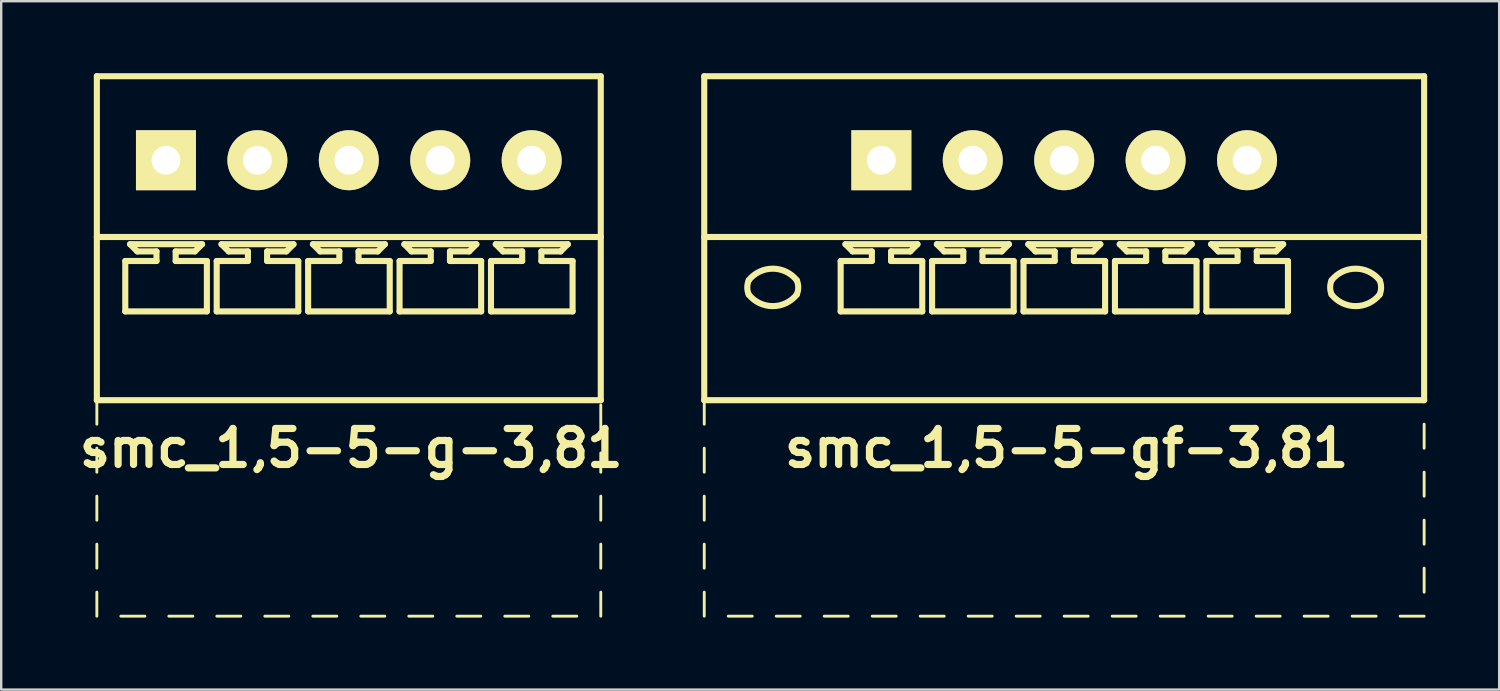
<source format=kicad_pcb>
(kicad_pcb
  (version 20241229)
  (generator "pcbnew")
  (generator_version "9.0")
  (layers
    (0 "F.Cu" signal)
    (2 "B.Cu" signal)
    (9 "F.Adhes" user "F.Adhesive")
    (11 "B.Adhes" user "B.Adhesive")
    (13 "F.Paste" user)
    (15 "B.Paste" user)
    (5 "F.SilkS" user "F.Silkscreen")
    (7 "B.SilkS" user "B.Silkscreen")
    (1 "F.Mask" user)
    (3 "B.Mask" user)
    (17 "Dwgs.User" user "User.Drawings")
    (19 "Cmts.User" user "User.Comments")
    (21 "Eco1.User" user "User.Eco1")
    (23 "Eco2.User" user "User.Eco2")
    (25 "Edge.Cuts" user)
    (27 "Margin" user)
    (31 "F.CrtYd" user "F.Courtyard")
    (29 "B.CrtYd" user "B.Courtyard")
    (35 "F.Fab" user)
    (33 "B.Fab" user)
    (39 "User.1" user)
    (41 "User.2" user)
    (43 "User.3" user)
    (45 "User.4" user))
  (footprint "smc_1,5-5-g-3,81"
    (layer "F.Cu")
    (at 11.486 3.627)
    (property "Reference" "smc_1,5-5-g-3,81" (at 0.1 12 0) (layer "F.SilkS") (effects (font (size 1.5 1.5) (thickness 0.3))))
    (attr through_hole)
    (fp_line (start -10.5 -3.5) (end -10.5 10) (stroke (width 0.254) (type solid)) (layer "F.SilkS"))
    (fp_line (start -10.5 -3.5) (end 10.5 -3.5) (stroke (width 0.254) (type solid)) (layer "F.SilkS"))
    (fp_line (start -10.5 3.2) (end 10.5 3.2) (stroke (width 0.254) (type solid)) (layer "F.SilkS"))
    (fp_line (start -10.5 10) (end -10.5 11) (stroke (width 0.12) (type solid)) (layer "F.SilkS"))
    (fp_line (start -10.5 10) (end 10.5 10) (stroke (width 0.254) (type solid)) (layer "F.SilkS"))
    (fp_line (start -10.5 12) (end -10.5 13) (stroke (width 0.12) (type solid)) (layer "F.SilkS"))
    (fp_line (start -10.5 14) (end -10.5 15) (stroke (width 0.12) (type solid)) (layer "F.SilkS"))
    (fp_line (start -10.5 16) (end -10.5 17) (stroke (width 0.12) (type solid)) (layer "F.SilkS"))
    (fp_line (start -10.5 18) (end -10.5 19) (stroke (width 0.12) (type solid)) (layer "F.SilkS"))
    (fp_line (start -9.5 19) (end -8.5 19) (stroke (width 0.12) (type solid)) (layer "F.SilkS"))
    (fp_line (start -9.315 4.2) (end -8.015 4.2) (stroke (width 0.254) (type solid)) (layer "F.SilkS"))
    (fp_line (start -9.315 6.3) (end -9.315 4.2) (stroke (width 0.254) (type solid)) (layer "F.SilkS"))
    (fp_line (start -9.115 3.5) (end -6.115 3.5) (stroke (width 0.254) (type solid)) (layer "F.SilkS"))
    (fp_line (start -8.815 3.8) (end -9.115 3.5) (stroke (width 0.254) (type solid)) (layer "F.SilkS"))
    (fp_line (start -8.015 3.8) (end -8.815 3.8) (stroke (width 0.254) (type solid)) (layer "F.SilkS"))
    (fp_line (start -8.015 4.2) (end -8.015 3.8) (stroke (width 0.254) (type solid)) (layer "F.SilkS"))
    (fp_line (start -7.5 19) (end -6.5 19) (stroke (width 0.12) (type solid)) (layer "F.SilkS"))
    (fp_line (start -7.215 3.8) (end -7.215 4.2) (stroke (width 0.254) (type solid)) (layer "F.SilkS"))
    (fp_line (start -7.215 4.2) (end -5.915 4.2) (stroke (width 0.254) (type solid)) (layer "F.SilkS"))
    (fp_line (start -6.415 3.8) (end -7.215 3.8) (stroke (width 0.254) (type solid)) (layer "F.SilkS"))
    (fp_line (start -6.415 3.8) (end -6.115 3.5) (stroke (width 0.254) (type solid)) (layer "F.SilkS"))
    (fp_line (start -5.915 4.2) (end -5.915 6.3) (stroke (width 0.254) (type solid)) (layer "F.SilkS"))
    (fp_line (start -5.915 6.3) (end -9.315 6.3) (stroke (width 0.254) (type solid)) (layer "F.SilkS"))
    (fp_line (start -5.505 4.2) (end -4.205 4.2) (stroke (width 0.254) (type solid)) (layer "F.SilkS"))
    (fp_line (start -5.505 6.3) (end -5.505 4.2) (stroke (width 0.254) (type solid)) (layer "F.SilkS"))
    (fp_line (start -5.5 19) (end -4.5 19) (stroke (width 0.12) (type solid)) (layer "F.SilkS"))
    (fp_line (start -5.305 3.5) (end -2.305 3.5) (stroke (width 0.254) (type solid)) (layer "F.SilkS"))
    (fp_line (start -5.005 3.8) (end -5.305 3.5) (stroke (width 0.254) (type solid)) (layer "F.SilkS"))
    (fp_line (start -4.205 3.8) (end -5.005 3.8) (stroke (width 0.254) (type solid)) (layer "F.SilkS"))
    (fp_line (start -4.205 4.2) (end -4.205 3.8) (stroke (width 0.254) (type solid)) (layer "F.SilkS"))
    (fp_line (start -3.5 19) (end -2.5 19) (stroke (width 0.12) (type solid)) (layer "F.SilkS"))
    (fp_line (start -3.405 3.8) (end -3.405 4.2) (stroke (width 0.254) (type solid)) (layer "F.SilkS"))
    (fp_line (start -3.405 4.2) (end -2.105 4.2) (stroke (width 0.254) (type solid)) (layer "F.SilkS"))
    (fp_line (start -2.605 3.8) (end -3.405 3.8) (stroke (width 0.254) (type solid)) (layer "F.SilkS"))
    (fp_line (start -2.605 3.8) (end -2.305 3.5) (stroke (width 0.254) (type solid)) (layer "F.SilkS"))
    (fp_line (start -2.105 4.2) (end -2.105 6.3) (stroke (width 0.254) (type solid)) (layer "F.SilkS"))
    (fp_line (start -2.105 6.3) (end -5.505 6.3) (stroke (width 0.254) (type solid)) (layer "F.SilkS"))
    (fp_line (start -1.695 4.2) (end -0.395 4.2) (stroke (width 0.254) (type solid)) (layer "F.SilkS"))
    (fp_line (start -1.695 6.3) (end -1.695 4.2) (stroke (width 0.254) (type solid)) (layer "F.SilkS"))
    (fp_line (start -1.5 19) (end -0.5 19) (stroke (width 0.12) (type solid)) (layer "F.SilkS"))
    (fp_line (start -1.495 3.5) (end 1.505 3.5) (stroke (width 0.254) (type solid)) (layer "F.SilkS"))
    (fp_line (start -1.195 3.8) (end -1.495 3.5) (stroke (width 0.254) (type solid)) (layer "F.SilkS"))
    (fp_line (start -0.395 3.8) (end -1.195 3.8) (stroke (width 0.254) (type solid)) (layer "F.SilkS"))
    (fp_line (start -0.395 4.2) (end -0.395 3.8) (stroke (width 0.254) (type solid)) (layer "F.SilkS"))
    (fp_line (start 0.405 3.8) (end 0.405 4.2) (stroke (width 0.254) (type solid)) (layer "F.SilkS"))
    (fp_line (start 0.405 4.2) (end 1.705 4.2) (stroke (width 0.254) (type solid)) (layer "F.SilkS"))
    (fp_line (start 0.5 19) (end 1.5 19) (stroke (width 0.12) (type solid)) (layer "F.SilkS"))
    (fp_line (start 1.205 3.8) (end 0.405 3.8) (stroke (width 0.254) (type solid)) (layer "F.SilkS"))
    (fp_line (start 1.205 3.8) (end 1.505 3.5) (stroke (width 0.254) (type solid)) (layer "F.SilkS"))
    (fp_line (start 1.705 4.2) (end 1.705 6.3) (stroke (width 0.254) (type solid)) (layer "F.SilkS"))
    (fp_line (start 1.705 6.3) (end -1.695 6.3) (stroke (width 0.254) (type solid)) (layer "F.SilkS"))
    (fp_line (start 2.115 4.2) (end 3.415 4.2) (stroke (width 0.254) (type solid)) (layer "F.SilkS"))
    (fp_line (start 2.115 6.3) (end 2.115 4.2) (stroke (width 0.254) (type solid)) (layer "F.SilkS"))
    (fp_line (start 2.315 3.5) (end 5.315 3.5) (stroke (width 0.254) (type solid)) (layer "F.SilkS"))
    (fp_line (start 2.5 19) (end 3.5 19) (stroke (width 0.12) (type solid)) (layer "F.SilkS"))
    (fp_line (start 2.615 3.8) (end 2.315 3.5) (stroke (width 0.254) (type solid)) (layer "F.SilkS"))
    (fp_line (start 3.415 3.8) (end 2.615 3.8) (stroke (width 0.254) (type solid)) (layer "F.SilkS"))
    (fp_line (start 3.415 4.2) (end 3.415 3.8) (stroke (width 0.254) (type solid)) (layer "F.SilkS"))
    (fp_line (start 4.215 3.8) (end 4.215 4.2) (stroke (width 0.254) (type solid)) (layer "F.SilkS"))
    (fp_line (start 4.215 4.2) (end 5.515 4.2) (stroke (width 0.254) (type solid)) (layer "F.SilkS"))
    (fp_line (start 4.5 19) (end 5.5 19) (stroke (width 0.12) (type solid)) (layer "F.SilkS"))
    (fp_line (start 5.015 3.8) (end 4.215 3.8) (stroke (width 0.254) (type solid)) (layer "F.SilkS"))
    (fp_line (start 5.015 3.8) (end 5.315 3.5) (stroke (width 0.254) (type solid)) (layer "F.SilkS"))
    (fp_line (start 5.515 4.2) (end 5.515 6.3) (stroke (width 0.254) (type solid)) (layer "F.SilkS"))
    (fp_line (start 5.515 6.3) (end 2.115 6.3) (stroke (width 0.254) (type solid)) (layer "F.SilkS"))
    (fp_line (start 5.925 4.2) (end 7.225 4.2) (stroke (width 0.254) (type solid)) (layer "F.SilkS"))
    (fp_line (start 5.925 6.3) (end 5.925 4.2) (stroke (width 0.254) (type solid)) (layer "F.SilkS"))
    (fp_line (start 6.125 3.5) (end 9.125 3.5) (stroke (width 0.254) (type solid)) (layer "F.SilkS"))
    (fp_line (start 6.425 3.8) (end 6.125 3.5) (stroke (width 0.254) (type solid)) (layer "F.SilkS"))
    (fp_line (start 6.5 19) (end 7.5 19) (stroke (width 0.12) (type solid)) (layer "F.SilkS"))
    (fp_line (start 7.225 3.8) (end 6.425 3.8) (stroke (width 0.254) (type solid)) (layer "F.SilkS"))
    (fp_line (start 7.225 4.2) (end 7.225 3.8) (stroke (width 0.254) (type solid)) (layer "F.SilkS"))
    (fp_line (start 8.025 3.8) (end 8.025 4.2) (stroke (width 0.254) (type solid)) (layer "F.SilkS"))
    (fp_line (start 8.025 4.2) (end 9.325 4.2) (stroke (width 0.254) (type solid)) (layer "F.SilkS"))
    (fp_line (start 8.5 19) (end 9.5 19) (stroke (width 0.12) (type solid)) (layer "F.SilkS"))
    (fp_line (start 8.825 3.8) (end 8.025 3.8) (stroke (width 0.254) (type solid)) (layer "F.SilkS"))
    (fp_line (start 8.825 3.8) (end 9.125 3.5) (stroke (width 0.254) (type solid)) (layer "F.SilkS"))
    (fp_line (start 9.325 4.2) (end 9.325 6.3) (stroke (width 0.254) (type solid)) (layer "F.SilkS"))
    (fp_line (start 9.325 6.3) (end 5.925 6.3) (stroke (width 0.254) (type solid)) (layer "F.SilkS"))
    (fp_line (start 10.5 -3.5) (end 10.5 10) (stroke (width 0.254) (type solid)) (layer "F.SilkS"))
    (fp_line (start 10.5 10.2) (end 10.5 11.2) (stroke (width 0.12) (type solid)) (layer "F.SilkS"))
    (fp_line (start 10.5 13) (end 10.5 12.2) (stroke (width 0.12) (type solid)) (layer "F.SilkS"))
    (fp_line (start 10.5 15) (end 10.5 14) (stroke (width 0.12) (type solid)) (layer "F.SilkS"))
    (fp_line (start 10.5 16) (end 10.5 17) (stroke (width 0.12) (type solid)) (layer "F.SilkS"))
    (fp_line (start 10.5 18) (end 10.5 19) (stroke (width 0.12) (type solid)) (layer "F.SilkS"))
    (pad "1" thru_hole rect (at -7.62 0) (size 2.5 2.5) (drill 1.2) (layers "*.Cu" "*.Mask" "F.SilkS"))
    (pad "2" thru_hole circle (at -3.81 0) (size 2.5 2.5) (drill 1.2) (layers "*.Cu" "*.Mask" "F.SilkS"))
    (pad "3" thru_hole circle (at 0 0) (size 2.5 2.5) (drill 1.2) (layers "*.Cu" "*.Mask" "F.SilkS"))
    (pad "4" thru_hole circle (at 3.81 0) (size 2.5 2.5) (drill 1.2) (layers "*.Cu" "*.Mask" "F.SilkS"))
    (pad "5" thru_hole circle (at 7.62 0) (size 2.5 2.5) (drill 1.2) (layers "*.Cu" "*.Mask" "F.SilkS")))
  (footprint "smc_1,5-5-gf-3,81"
    (layer "F.Cu")
    (at 41.298 3.627)
    (property "Reference" "smc_1,5-5-gf-3,81" (at 0.1 12 0) (layer "F.SilkS") (effects (font (size 1.5 1.5) (thickness 0.3))))
    (attr through_hole)
    (fp_line (start -15 -3.5) (end -15 10) (stroke (width 0.254) (type solid)) (layer "F.SilkS"))
    (fp_line (start -15 -3.5) (end 15 -3.5) (stroke (width 0.254) (type solid)) (layer "F.SilkS"))
    (fp_line (start -15 3.2) (end 15 3.2) (stroke (width 0.254) (type solid)) (layer "F.SilkS"))
    (fp_line (start -15 10) (end -15 11) (stroke (width 0.12) (type solid)) (layer "F.SilkS"))
    (fp_line (start -15 10) (end 15 10) (stroke (width 0.254) (type solid)) (layer "F.SilkS"))
    (fp_line (start -15 12) (end -15 13) (stroke (width 0.12) (type solid)) (layer "F.SilkS"))
    (fp_line (start -15 14) (end -15 15) (stroke (width 0.12) (type solid)) (layer "F.SilkS"))
    (fp_line (start -15 16) (end -15 17) (stroke (width 0.12) (type solid)) (layer "F.SilkS"))
    (fp_line (start -15 18) (end -15 19) (stroke (width 0.12) (type solid)) (layer "F.SilkS"))
    (fp_line (start -14 19) (end -13 19) (stroke (width 0.12) (type solid)) (layer "F.SilkS"))
    (fp_line (start -12 19) (end -11 19) (stroke (width 0.12) (type solid)) (layer "F.SilkS"))
    (fp_line (start -10 19) (end -9 19) (stroke (width 0.12) (type solid)) (layer "F.SilkS"))
    (fp_line (start -9.315 4.2) (end -8.015 4.2) (stroke (width 0.254) (type solid)) (layer "F.SilkS"))
    (fp_line (start -9.315 6.3) (end -9.315 4.2) (stroke (width 0.254) (type solid)) (layer "F.SilkS"))
    (fp_line (start -9.115 3.5) (end -6.115 3.5) (stroke (width 0.254) (type solid)) (layer "F.SilkS"))
    (fp_line (start -8.815 3.8) (end -9.115 3.5) (stroke (width 0.254) (type solid)) (layer "F.SilkS"))
    (fp_line (start -8.015 3.8) (end -8.815 3.8) (stroke (width 0.254) (type solid)) (layer "F.SilkS"))
    (fp_line (start -8.015 4.2) (end -8.015 3.8) (stroke (width 0.254) (type solid)) (layer "F.SilkS"))
    (fp_line (start -8 19) (end -7 19) (stroke (width 0.12) (type solid)) (layer "F.SilkS"))
    (fp_line (start -7.215 3.8) (end -7.215 4.2) (stroke (width 0.254) (type solid)) (layer "F.SilkS"))
    (fp_line (start -7.215 4.2) (end -5.915 4.2) (stroke (width 0.254) (type solid)) (layer "F.SilkS"))
    (fp_line (start -6.415 3.8) (end -7.215 3.8) (stroke (width 0.254) (type solid)) (layer "F.SilkS"))
    (fp_line (start -6.415 3.8) (end -6.115 3.5) (stroke (width 0.254) (type solid)) (layer "F.SilkS"))
    (fp_line (start -6 19) (end -5 19) (stroke (width 0.12) (type solid)) (layer "F.SilkS"))
    (fp_line (start -5.915 4.2) (end -5.915 6.3) (stroke (width 0.254) (type solid)) (layer "F.SilkS"))
    (fp_line (start -5.915 6.3) (end -9.315 6.3) (stroke (width 0.254) (type solid)) (layer "F.SilkS"))
    (fp_line (start -5.505 4.2) (end -4.205 4.2) (stroke (width 0.254) (type solid)) (layer "F.SilkS"))
    (fp_line (start -5.505 6.3) (end -5.505 4.2) (stroke (width 0.254) (type solid)) (layer "F.SilkS"))
    (fp_line (start -5.305 3.5) (end -2.305 3.5) (stroke (width 0.254) (type solid)) (layer "F.SilkS"))
    (fp_line (start -5.005 3.8) (end -5.305 3.5) (stroke (width 0.254) (type solid)) (layer "F.SilkS"))
    (fp_line (start -4.205 3.8) (end -5.005 3.8) (stroke (width 0.254) (type solid)) (layer "F.SilkS"))
    (fp_line (start -4.205 4.2) (end -4.205 3.8) (stroke (width 0.254) (type solid)) (layer "F.SilkS"))
    (fp_line (start -4 19) (end -3 19) (stroke (width 0.12) (type solid)) (layer "F.SilkS"))
    (fp_line (start -3.405 3.8) (end -3.405 4.2) (stroke (width 0.254) (type solid)) (layer "F.SilkS"))
    (fp_line (start -3.405 4.2) (end -2.105 4.2) (stroke (width 0.254) (type solid)) (layer "F.SilkS"))
    (fp_line (start -2.605 3.8) (end -3.405 3.8) (stroke (width 0.254) (type solid)) (layer "F.SilkS"))
    (fp_line (start -2.605 3.8) (end -2.305 3.5) (stroke (width 0.254) (type solid)) (layer "F.SilkS"))
    (fp_line (start -2.105 4.2) (end -2.105 6.3) (stroke (width 0.254) (type solid)) (layer "F.SilkS"))
    (fp_line (start -2.105 6.3) (end -5.505 6.3) (stroke (width 0.254) (type solid)) (layer "F.SilkS"))
    (fp_line (start -2 19) (end -1 19) (stroke (width 0.12) (type solid)) (layer "F.SilkS"))
    (fp_line (start -1.695 4.2) (end -0.395 4.2) (stroke (width 0.254) (type solid)) (layer "F.SilkS"))
    (fp_line (start -1.695 6.3) (end -1.695 4.2) (stroke (width 0.254) (type solid)) (layer "F.SilkS"))
    (fp_line (start -1.495 3.5) (end 1.505 3.5) (stroke (width 0.254) (type solid)) (layer "F.SilkS"))
    (fp_line (start -1.195 3.8) (end -1.495 3.5) (stroke (width 0.254) (type solid)) (layer "F.SilkS"))
    (fp_line (start -0.395 3.8) (end -1.195 3.8) (stroke (width 0.254) (type solid)) (layer "F.SilkS"))
    (fp_line (start -0.395 4.2) (end -0.395 3.8) (stroke (width 0.254) (type solid)) (layer "F.SilkS"))
    (fp_line (start 0 19) (end 1 19) (stroke (width 0.12) (type solid)) (layer "F.SilkS"))
    (fp_line (start 0.405 3.8) (end 0.405 4.2) (stroke (width 0.254) (type solid)) (layer "F.SilkS"))
    (fp_line (start 0.405 4.2) (end 1.705 4.2) (stroke (width 0.254) (type solid)) (layer "F.SilkS"))
    (fp_line (start 1.205 3.8) (end 0.405 3.8) (stroke (width 0.254) (type solid)) (layer "F.SilkS"))
    (fp_line (start 1.205 3.8) (end 1.505 3.5) (stroke (width 0.254) (type solid)) (layer "F.SilkS"))
    (fp_line (start 1.705 4.2) (end 1.705 6.3) (stroke (width 0.254) (type solid)) (layer "F.SilkS"))
    (fp_line (start 1.705 6.3) (end -1.695 6.3) (stroke (width 0.254) (type solid)) (layer "F.SilkS"))
    (fp_line (start 2 19) (end 3 19) (stroke (width 0.12) (type solid)) (layer "F.SilkS"))
    (fp_line (start 2.115 4.2) (end 3.415 4.2) (stroke (width 0.254) (type solid)) (layer "F.SilkS"))
    (fp_line (start 2.115 6.3) (end 2.115 4.2) (stroke (width 0.254) (type solid)) (layer "F.SilkS"))
    (fp_line (start 2.315 3.5) (end 5.315 3.5) (stroke (width 0.254) (type solid)) (layer "F.SilkS"))
    (fp_line (start 2.615 3.8) (end 2.315 3.5) (stroke (width 0.254) (type solid)) (layer "F.SilkS"))
    (fp_line (start 3.415 3.8) (end 2.615 3.8) (stroke (width 0.254) (type solid)) (layer "F.SilkS"))
    (fp_line (start 3.415 4.2) (end 3.415 3.8) (stroke (width 0.254) (type solid)) (layer "F.SilkS"))
    (fp_line (start 4 19) (end 5 19) (stroke (width 0.12) (type solid)) (layer "F.SilkS"))
    (fp_line (start 4.215 3.8) (end 4.215 4.2) (stroke (width 0.254) (type solid)) (layer "F.SilkS"))
    (fp_line (start 4.215 4.2) (end 5.515 4.2) (stroke (width 0.254) (type solid)) (layer "F.SilkS"))
    (fp_line (start 5.015 3.8) (end 4.215 3.8) (stroke (width 0.254) (type solid)) (layer "F.SilkS"))
    (fp_line (start 5.015 3.8) (end 5.315 3.5) (stroke (width 0.254) (type solid)) (layer "F.SilkS"))
    (fp_line (start 5.515 4.2) (end 5.515 6.3) (stroke (width 0.254) (type solid)) (layer "F.SilkS"))
    (fp_line (start 5.515 6.3) (end 2.115 6.3) (stroke (width 0.254) (type solid)) (layer "F.SilkS"))
    (fp_line (start 5.925 4.2) (end 7.225 4.2) (stroke (width 0.254) (type solid)) (layer "F.SilkS"))
    (fp_line (start 5.925 6.3) (end 5.925 4.2) (stroke (width 0.254) (type solid)) (layer "F.SilkS"))
    (fp_line (start 6 19) (end 7 19) (stroke (width 0.12) (type solid)) (layer "F.SilkS"))
    (fp_line (start 6.125 3.5) (end 9.125 3.5) (stroke (width 0.254) (type solid)) (layer "F.SilkS"))
    (fp_line (start 6.425 3.8) (end 6.125 3.5) (stroke (width 0.254) (type solid)) (layer "F.SilkS"))
    (fp_line (start 7.225 3.8) (end 6.425 3.8) (stroke (width 0.254) (type solid)) (layer "F.SilkS"))
    (fp_line (start 7.225 4.2) (end 7.225 3.8) (stroke (width 0.254) (type solid)) (layer "F.SilkS"))
    (fp_line (start 8 19) (end 9 19) (stroke (width 0.12) (type solid)) (layer "F.SilkS"))
    (fp_line (start 8.025 3.8) (end 8.025 4.2) (stroke (width 0.254) (type solid)) (layer "F.SilkS"))
    (fp_line (start 8.025 4.2) (end 9.325 4.2) (stroke (width 0.254) (type solid)) (layer "F.SilkS"))
    (fp_line (start 8.825 3.8) (end 8.025 3.8) (stroke (width 0.254) (type solid)) (layer "F.SilkS"))
    (fp_line (start 8.825 3.8) (end 9.125 3.5) (stroke (width 0.254) (type solid)) (layer "F.SilkS"))
    (fp_line (start 9.325 4.2) (end 9.325 6.3) (stroke (width 0.254) (type solid)) (layer "F.SilkS"))
    (fp_line (start 9.325 6.3) (end 5.925 6.3) (stroke (width 0.254) (type solid)) (layer "F.SilkS"))
    (fp_line (start 10 19) (end 11 19) (stroke (width 0.12) (type solid)) (layer "F.SilkS"))
    (fp_line (start 12 19) (end 13 19) (stroke (width 0.12) (type solid)) (layer "F.SilkS"))
    (fp_line (start 14 19) (end 15 19) (stroke (width 0.12) (type solid)) (layer "F.SilkS"))
    (fp_line (start 15 -3.5) (end 15 10) (stroke (width 0.254) (type solid)) (layer "F.SilkS"))
    (fp_line (start 15 12) (end 15 11) (stroke (width 0.12) (type solid)) (layer "F.SilkS"))
    (fp_line (start 15 14) (end 15 13) (stroke (width 0.12) (type solid)) (layer "F.SilkS"))
    (fp_line (start 15 16) (end 15 15) (stroke (width 0.12) (type solid)) (layer "F.SilkS"))
    (fp_line (start 15 17) (end 15 18) (stroke (width 0.12) (type solid)) (layer "F.SilkS"))
    (fp_arc (start -13.145274 5.000342) (mid -12.145219 4.519375) (end -11.145 5) (stroke (width 0.254) (type solid)) (layer "F.SilkS"))
    (fp_arc (start -13.144985 5.600034) (mid -13.206577 5.300019) (end -13.145 5) (stroke (width 0.254) (type solid)) (layer "F.SilkS"))
    (fp_arc (start -11.145015 4.999966) (mid -11.083423 5.299981) (end -11.145 5.6) (stroke (width 0.254) (type solid)) (layer "F.SilkS"))
    (fp_arc (start -11.144726 5.599658) (mid -12.144781 6.080625) (end -13.145 5.6) (stroke (width 0.254) (type solid)) (layer "F.SilkS"))
    (fp_arc (start 11.144726 5.000342) (mid 12.144781 4.519375) (end 13.145 5) (stroke (width 0.254) (type solid)) (layer "F.SilkS"))
    (fp_arc (start 11.145015 5.600034) (mid 11.083423 5.300019) (end 11.145 5) (stroke (width 0.254) (type solid)) (layer "F.SilkS"))
    (fp_arc (start 13.144985 4.999966) (mid 13.206577 5.299981) (end 13.145 5.6) (stroke (width 0.254) (type solid)) (layer "F.SilkS"))
    (fp_arc (start 13.145274 5.599658) (mid 12.145219 6.080625) (end 11.145 5.6) (stroke (width 0.254) (type solid)) (layer "F.SilkS"))
    (pad "1" thru_hole rect (at -7.62 0) (size 2.5 2.5) (drill 1.2) (layers "*.Cu" "*.Mask" "F.SilkS"))
    (pad "2" thru_hole circle (at -3.81 0) (size 2.5 2.5) (drill 1.2) (layers "*.Cu" "*.Mask" "F.SilkS"))
    (pad "3" thru_hole circle (at 0 0) (size 2.5 2.5) (drill 1.2) (layers "*.Cu" "*.Mask" "F.SilkS"))
    (pad "4" thru_hole circle (at 3.81 0) (size 2.5 2.5) (drill 1.2) (layers "*.Cu" "*.Mask" "F.SilkS"))
    (pad "5" thru_hole circle (at 7.62 0) (size 2.5 2.5) (drill 1.2) (layers "*.Cu" "*.Mask" "F.SilkS")))
  (gr_rect
    (start -3 -3)
    (end 59.425 25.687)
    (stroke (width 0.1) (type default))
    (fill no)
    (layer "Edge.Cuts")))
</source>
